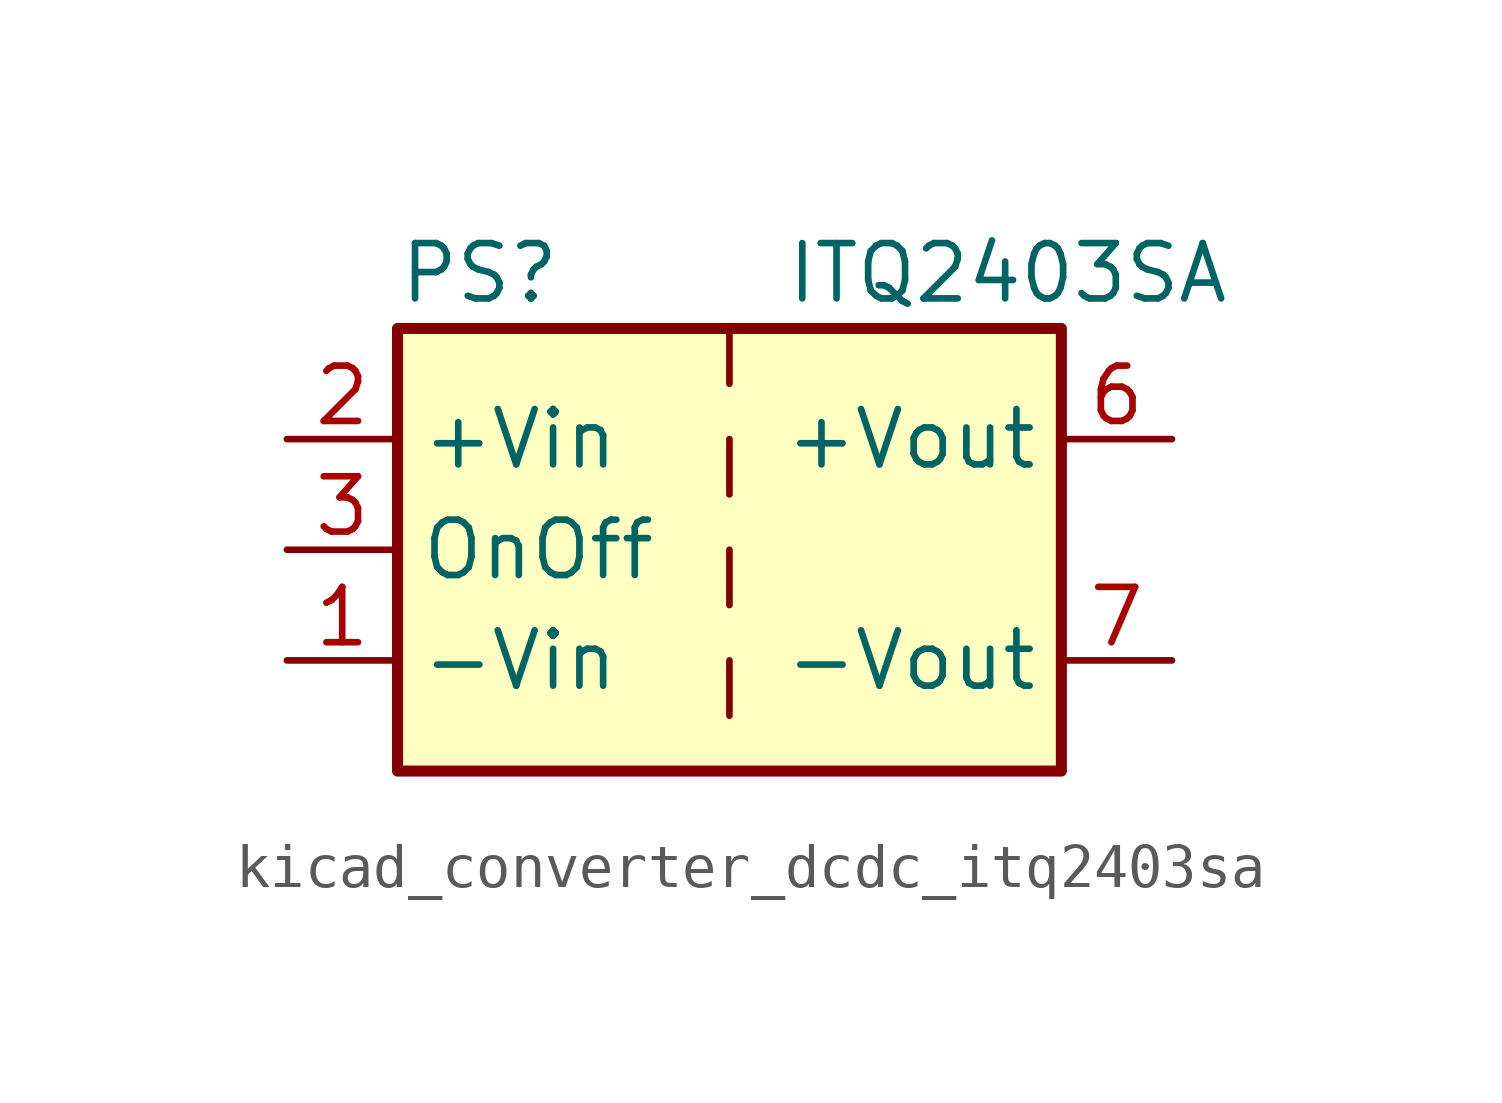
<source format=kicad_sym>
(kicad_symbol_lib
  (version 20220914)
  (generator kicad_symbol_editor)
  (symbol "kicad_converter_dcdc_itq2403sa"
    (property "Reference" "PS"
      (at -7.62 6.35 0)
      (effects (font (size 1.27 1.27)) (justify left)))
    (property "Value" "ITQ2403SA"
      (at 1.27 6.35 0)
      (effects (font (size 1.27 1.27)) (justify left)))
    (symbol "kicad_converter_dcdc_itq2403sa_0_0"
      (pin power_in line (at -10.16 -2.54 0) (length 2.54) (name "-Vin" (effects (font (size 1.27 1.27)))) (number "1" (effects (font (size 1.27 1.27)))))
      (pin power_in line (at -10.16 2.54 0) (length 2.54) (name "+Vin" (effects (font (size 1.27 1.27)))) (number "2" (effects (font (size 1.27 1.27)))))
      (pin input line (at -10.16 0 0) (length 2.54) (name "OnOff" (effects (font (size 1.27 1.27)))) (number "3" (effects (font (size 1.27 1.27)))))
      (pin no_connect line (at 0 5.08 270) (length 2.54) hide (name "NC" (effects (font (size 1.27 1.27)))) (number "5" (effects (font (size 1.27 1.27)))))
      (pin power_out line (at 10.16 2.54 180) (length 2.54) (name "+Vout" (effects (font (size 1.27 1.27)))) (number "6" (effects (font (size 1.27 1.27)))))
      (pin power_out line (at 10.16 -2.54 180) (length 2.54) (name "-Vout" (effects (font (size 1.27 1.27)))) (number "7" (effects (font (size 1.27 1.27)))))
      (pin no_connect line (at 7.62 0 180) (length 2.54) hide (name "NC" (effects (font (size 1.27 1.27)))) (number "8" (effects (font (size 1.27 1.27))))))
    (symbol "kicad_converter_dcdc_itq2403sa_0_1"
      (rectangle (start -7.62 5.08) (end 7.62 -5.08) (stroke (width 0.254) (type default)) (fill (type background)))
      (polyline (pts (xy 0 -2.54) (xy 0 -3.81)) (stroke (width 0) (type default)) (fill (type none)))
      (polyline (pts (xy 0 0) (xy 0 -1.27)) (stroke (width 0) (type default)) (fill (type none)))
      (polyline (pts (xy 0 2.54) (xy 0 1.27)) (stroke (width 0) (type default)) (fill (type none)))
      (polyline (pts (xy 0 5.08) (xy 0 3.81)) (stroke (width 0) (type default)) (fill (type none))))))
</source>
